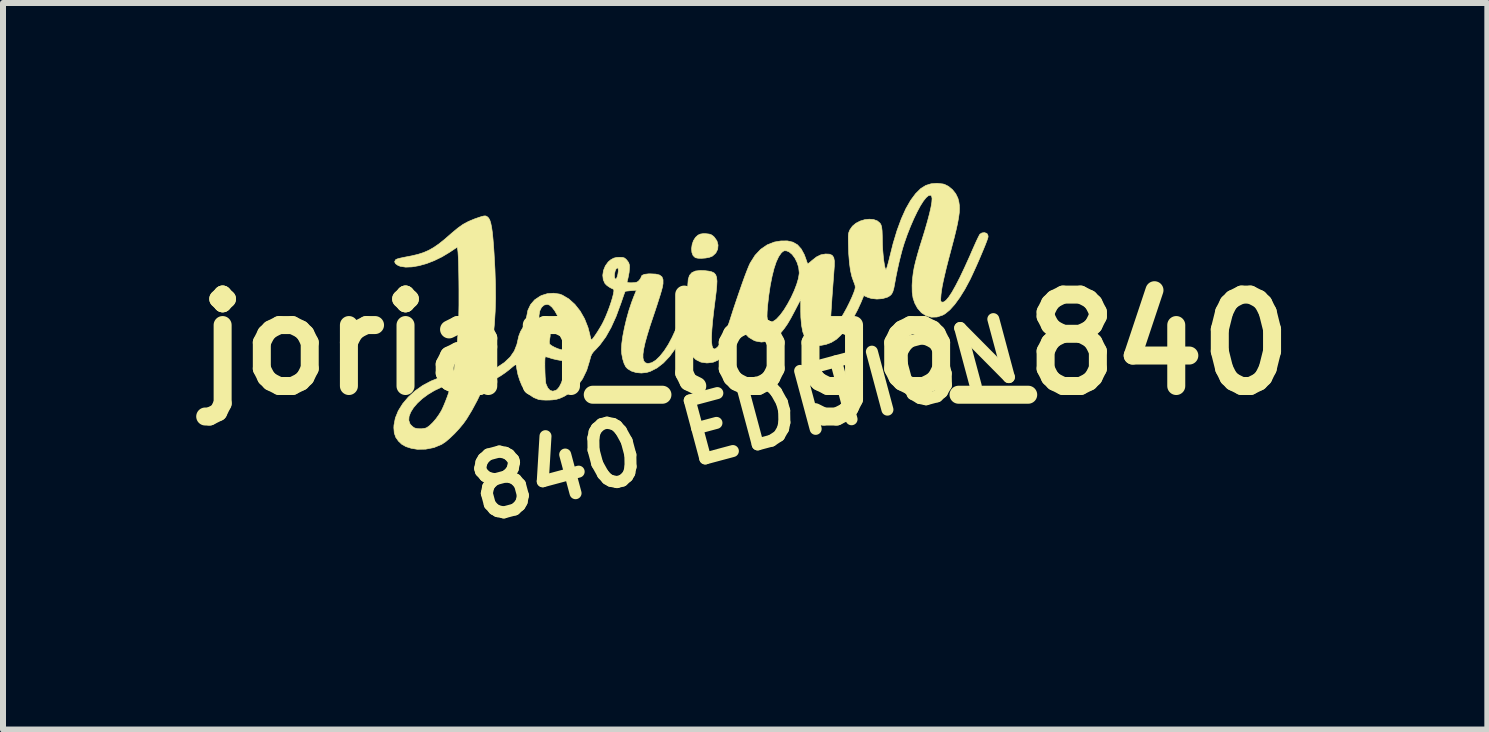
<source format=kicad_pcb>
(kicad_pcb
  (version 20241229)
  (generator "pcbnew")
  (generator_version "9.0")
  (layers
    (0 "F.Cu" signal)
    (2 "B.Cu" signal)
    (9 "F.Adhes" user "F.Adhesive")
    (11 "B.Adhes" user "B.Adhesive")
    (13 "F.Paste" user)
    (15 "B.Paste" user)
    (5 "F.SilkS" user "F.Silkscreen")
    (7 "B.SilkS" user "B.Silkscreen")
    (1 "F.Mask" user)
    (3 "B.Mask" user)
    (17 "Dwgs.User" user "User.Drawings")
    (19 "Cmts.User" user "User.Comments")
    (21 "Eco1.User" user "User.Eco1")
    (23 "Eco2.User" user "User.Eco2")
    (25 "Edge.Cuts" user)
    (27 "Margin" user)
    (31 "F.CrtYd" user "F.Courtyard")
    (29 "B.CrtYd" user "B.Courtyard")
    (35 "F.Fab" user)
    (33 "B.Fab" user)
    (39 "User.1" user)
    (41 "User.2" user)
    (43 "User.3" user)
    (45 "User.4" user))
  (footprint "jorian_logo_840"
    (layer "F.Cu")
    (at 9.369 2.694)
    (property "Reference" "jorian_logo_840" (at 0 0 0) (layer "F.SilkS") (effects (font (size 1.524 1.524) (thickness 0.3))))
    (attr through_hole)
    (fp_poly (pts (xy -0.653 -1.849) (xy -0.599 -1.843) (xy -0.562 -1.83) (xy -0.529 -1.806) (xy -0.513 -1.79) (xy -0.47 -1.728) (xy -0.452 -1.66) (xy -0.458 -1.591) (xy -0.489 -1.528) (xy -0.542 -1.479) (xy -0.55 -1.474) (xy -0.596 -1.456) (xy -0.657 -1.444) (xy -0.724 -1.439) (xy -0.784 -1.44) (xy -0.828 -1.449) (xy -0.832 -1.451) (xy -0.868 -1.485) (xy -0.888 -1.537) (xy -0.893 -1.6) (xy -0.884 -1.667) (xy -0.862 -1.733) (xy -0.827 -1.788) (xy -0.786 -1.825) (xy -0.747 -1.843) (xy -0.7 -1.85) (xy -0.653 -1.849)) (stroke (width 0.01) (type solid)) (fill yes) (layer "F.SilkS"))
    (fp_poly (pts (xy 3.297 -2.678) (xy 3.323 -2.671) (xy 3.389 -2.638) (xy 3.454 -2.584) (xy 3.508 -2.517) (xy 3.544 -2.444) (xy 3.547 -2.435) (xy 3.561 -2.381) (xy 3.569 -2.326) (xy 3.571 -2.266) (xy 3.568 -2.197) (xy 3.557 -2.117) (xy 3.54 -2.022) (xy 3.515 -1.909) (xy 3.482 -1.774) (xy 3.44 -1.615) (xy 3.432 -1.584) (xy 3.388 -1.418) (xy 3.352 -1.277) (xy 3.324 -1.158) (xy 3.301 -1.057) (xy 3.284 -0.973) (xy 3.272 -0.9) (xy 3.264 -0.836) (xy 3.263 -0.823) (xy 3.259 -0.767) (xy 3.259 -0.734) (xy 3.266 -0.716) (xy 3.278 -0.708) (xy 3.309 -0.711) (xy 3.348 -0.739) (xy 3.394 -0.794) (xy 3.448 -0.876) (xy 3.509 -0.985) (xy 3.579 -1.121) (xy 3.657 -1.285) (xy 3.744 -1.477) (xy 3.78 -1.561) (xy 3.817 -1.644) (xy 3.85 -1.718) (xy 3.879 -1.779) (xy 3.901 -1.822) (xy 3.912 -1.841) (xy 3.946 -1.862) (xy 3.988 -1.867) (xy 4.025 -1.855) (xy 4.031 -1.85) (xy 4.046 -1.821) (xy 4.049 -1.798) (xy 4.043 -1.774) (xy 4.027 -1.728) (xy 4.002 -1.663) (xy 3.97 -1.585) (xy 3.933 -1.497) (xy 3.894 -1.405) (xy 3.853 -1.312) (xy 3.813 -1.224) (xy 3.776 -1.144) (xy 3.747 -1.083) (xy 3.662 -0.924) (xy 3.576 -0.786) (xy 3.492 -0.67) (xy 3.41 -0.579) (xy 3.332 -0.515) (xy 3.291 -0.492) (xy 3.197 -0.461) (xy 3.103 -0.458) (xy 3.015 -0.483) (xy 2.937 -0.533) (xy 2.873 -0.607) (xy 2.872 -0.608) (xy 2.827 -0.691) (xy 2.798 -0.777) (xy 2.784 -0.873) (xy 2.782 -0.987) (xy 2.784 -1.023) (xy 2.791 -1.113) (xy 2.802 -1.201) (xy 2.818 -1.291) (xy 2.842 -1.391) (xy 2.873 -1.505) (xy 2.912 -1.639) (xy 2.936 -1.714) (xy 2.993 -1.898) (xy 3.038 -2.054) (xy 3.073 -2.186) (xy 3.097 -2.292) (xy 3.111 -2.375) (xy 3.115 -2.435) (xy 3.108 -2.474) (xy 3.091 -2.491) (xy 3.088 -2.492) (xy 3.055 -2.484) (xy 3.015 -2.45) (xy 2.969 -2.392) (xy 2.919 -2.313) (xy 2.866 -2.214) (xy 2.811 -2.1) (xy 2.755 -1.971) (xy 2.7 -1.831) (xy 2.648 -1.682) (xy 2.648 -1.681) (xy 2.622 -1.597) (xy 2.594 -1.492) (xy 2.565 -1.375) (xy 2.538 -1.253) (xy 2.514 -1.136) (xy 2.495 -1.032) (xy 2.495 -1.031) (xy 2.479 -0.946) (xy 2.462 -0.886) (xy 2.441 -0.844) (xy 2.412 -0.815) (xy 2.374 -0.793) (xy 2.37 -0.791) (xy 2.288 -0.767) (xy 2.195 -0.76) (xy 2.104 -0.77) (xy 2.044 -0.788) (xy 1.977 -0.818) (xy 1.93 -0.704) (xy 1.873 -0.58) (xy 1.808 -0.458) (xy 1.736 -0.342) (xy 1.661 -0.239) (xy 1.588 -0.152) (xy 1.52 -0.089) (xy 1.517 -0.087) (xy 1.436 -0.037) (xy 1.347 -0.004) (xy 1.258 0.013) (xy 1.176 0.012) (xy 1.106 -0.008) (xy 1.095 -0.014) (xy 1.038 -0.061) (xy 0.994 -0.127) (xy 0.961 -0.212) (xy 0.94 -0.321) (xy 0.928 -0.455) (xy 0.926 -0.553) (xy 0.926 -0.755) (xy 0.824 -0.559) (xy 0.761 -0.441) (xy 0.706 -0.347) (xy 0.654 -0.272) (xy 0.604 -0.21) (xy 0.551 -0.157) (xy 0.551 -0.157) (xy 0.461 -0.092) (xy 0.366 -0.054) (xy 0.27 -0.043) (xy 0.176 -0.06) (xy 0.147 -0.071) (xy 0.061 -0.122) (xy -0.004 -0.189) (xy -0.051 -0.277) (xy -0.074 -0.344) (xy -0.098 -0.433) (xy -0.17 -0.235) (xy -0.217 -0.11) (xy -0.259 -0.01) (xy -0.296 0.069) (xy -0.331 0.13) (xy -0.367 0.179) (xy -0.392 0.208) (xy -0.458 0.261) (xy -0.531 0.292) (xy -0.619 0.304) (xy -0.642 0.305) (xy -0.737 0.291) (xy -0.82 0.25) (xy -0.89 0.183) (xy -0.947 0.09) (xy -0.991 -0.028) (xy -1.006 -0.092) (xy -1.026 -0.187) (xy -1.075 -0.09) (xy -1.163 0.064) (xy -1.259 0.196) (xy -1.362 0.305) (xy -1.469 0.388) (xy -1.579 0.444) (xy -1.64 0.463) (xy -1.729 0.473) (xy -1.817 0.465) (xy -1.896 0.44) (xy -1.96 0.401) (xy -1.99 0.369) (xy -2.018 0.313) (xy -2.041 0.239) (xy -2.057 0.155) (xy -2.062 0.081) (xy -2.056 -0.021) (xy -2.039 -0.144) (xy -2.012 -0.281) (xy -1.978 -0.424) (xy -1.938 -0.568) (xy -1.892 -0.706) (xy -1.856 -0.801) (xy -1.812 -0.908) (xy -1.904 -0.9) (xy -1.952 -0.895) (xy -1.988 -0.891) (xy -2.001 -0.887) (xy -2.007 -0.872) (xy -2.021 -0.834) (xy -2.041 -0.777) (xy -2.064 -0.709) (xy -2.073 -0.684) (xy -2.151 -0.471) (xy -2.235 -0.286) (xy -2.324 -0.128) (xy -2.42 0.003) (xy -2.484 0.073) (xy -2.527 0.117) (xy -2.554 0.154) (xy -2.573 0.195) (xy -2.588 0.252) (xy -2.592 0.267) (xy -2.641 0.427) (xy -2.71 0.569) (xy -2.797 0.691) (xy -2.901 0.79) (xy -3.021 0.864) (xy -3.026 0.866) (xy -3.089 0.894) (xy -3.146 0.911) (xy -3.21 0.92) (xy -3.257 0.923) (xy -3.325 0.924) (xy -3.389 0.921) (xy -3.438 0.915) (xy -3.445 0.913) (xy -3.524 0.881) (xy -3.601 0.83) (xy -3.665 0.77) (xy -3.683 0.747) (xy -3.722 0.678) (xy -3.758 0.59) (xy -3.787 0.498) (xy -3.804 0.412) (xy -3.805 0.41) (xy -3.811 0.366) (xy -3.819 0.336) (xy -3.823 0.329) (xy -3.838 0.339) (xy -3.869 0.363) (xy -3.912 0.399) (xy -3.937 0.42) (xy -4.001 0.469) (xy -4.076 0.52) (xy -4.155 0.566) (xy -4.229 0.604) (xy -4.29 0.628) (xy -4.299 0.631) (xy -4.322 0.647) (xy -4.349 0.685) (xy -4.38 0.748) (xy -4.38 0.749) (xy -4.463 0.924) (xy -4.555 1.095) (xy -4.643 1.24) (xy -4.698 1.317) (xy -4.766 1.399) (xy -4.841 1.48) (xy -4.917 1.553) (xy -4.989 1.615) (xy -5.051 1.657) (xy -5.059 1.662) (xy -5.187 1.715) (xy -5.325 1.742) (xy -5.464 1.744) (xy -5.566 1.727) (xy -5.654 1.699) (xy -5.723 1.66) (xy -5.778 1.608) (xy -5.823 1.544) (xy -5.848 1.472) (xy -5.855 1.386) (xy -5.853 1.342) (xy -5.838 1.263) (xy -5.606 1.263) (xy -5.586 1.32) (xy -5.571 1.339) (xy -5.538 1.37) (xy -5.507 1.39) (xy -5.506 1.39) (xy -5.455 1.401) (xy -5.392 1.402) (xy -5.333 1.393) (xy -5.306 1.383) (xy -5.26 1.35) (xy -5.207 1.299) (xy -5.152 1.235) (xy -5.102 1.165) (xy -5.061 1.098) (xy -5.058 1.092) (xy -5.028 1.027) (xy -4.995 0.947) (xy -4.962 0.861) (xy -4.934 0.779) (xy -4.913 0.712) (xy -4.91 0.699) (xy -4.906 0.675) (xy -4.911 0.662) (xy -4.929 0.661) (xy -4.964 0.67) (xy -5.02 0.692) (xy -5.061 0.709) (xy -5.178 0.764) (xy -5.286 0.829) (xy -5.382 0.9) (xy -5.463 0.975) (xy -5.528 1.051) (xy -5.575 1.126) (xy -5.602 1.198) (xy -5.606 1.263) (xy -5.838 1.263) (xy -5.83 1.222) (xy -5.781 1.102) (xy -5.708 0.985) (xy -5.614 0.874) (xy -5.502 0.771) (xy -5.375 0.681) (xy -5.236 0.607) (xy -5.132 0.565) (xy -5.066 0.544) (xy -5.001 0.526) (xy -4.949 0.515) (xy -4.943 0.514) (xy -4.898 0.504) (xy -4.869 0.489) (xy -4.864 0.483) (xy -4.857 0.453) (xy -4.848 0.397) (xy -4.837 0.322) (xy -4.826 0.232) (xy -4.815 0.131) (xy -4.804 0.025) (xy -4.794 -0.082) (xy -4.785 -0.185) (xy -4.78 -0.258) (xy -4.777 -0.333) (xy -4.774 -0.427) (xy -4.772 -0.538) (xy -4.77 -0.659) (xy -4.77 -0.788) (xy -4.77 -0.92) (xy -4.771 -1.051) (xy -4.773 -1.176) (xy -4.775 -1.293) (xy -4.778 -1.395) (xy -4.782 -1.48) (xy -4.786 -1.543) (xy -4.79 -1.578) (xy -4.799 -1.625) (xy -4.928 -1.539) (xy -5.053 -1.464) (xy -5.182 -1.401) (xy -5.311 -1.351) (xy -5.437 -1.316) (xy -5.554 -1.296) (xy -5.659 -1.292) (xy -5.748 -1.306) (xy -5.786 -1.321) (xy -5.827 -1.35) (xy -5.842 -1.381) (xy -5.828 -1.412) (xy -5.821 -1.418) (xy -5.797 -1.429) (xy -5.753 -1.441) (xy -5.696 -1.453) (xy -5.683 -1.456) (xy -5.558 -1.48) (xy -5.452 -1.505) (xy -5.359 -1.535) (xy -5.274 -1.572) (xy -5.191 -1.619) (xy -5.104 -1.679) (xy -5.009 -1.755) (xy -4.9 -1.85) (xy -4.885 -1.863) (xy -4.79 -1.942) (xy -4.703 -2.004) (xy -4.614 -2.052) (xy -4.514 -2.094) (xy -4.457 -2.114) (xy -4.397 -2.134) (xy -4.357 -2.144) (xy -4.332 -2.146) (xy -4.312 -2.14) (xy -4.297 -2.131) (xy -4.275 -2.11) (xy -4.256 -2.076) (xy -4.24 -2.025) (xy -4.226 -1.957) (xy -4.213 -1.867) (xy -4.202 -1.754) (xy -4.191 -1.615) (xy -4.185 -1.524) (xy -4.17 -1.254) (xy -4.162 -1.007) (xy -4.16 -0.777) (xy -4.166 -0.559) (xy -4.179 -0.347) (xy -4.2 -0.135) (xy -4.228 0.083) (xy -4.245 0.194) (xy -4.257 0.268) (xy -4.268 0.334) (xy -4.277 0.385) (xy -4.283 0.414) (xy -4.283 0.414) (xy -4.285 0.437) (xy -4.274 0.446) (xy -4.248 0.44) (xy -4.203 0.419) (xy -4.137 0.381) (xy -4.053 0.325) (xy -3.339 0.325) (xy -3.338 0.394) (xy -3.336 0.467) (xy -3.333 0.537) (xy -3.328 0.597) (xy -3.323 0.641) (xy -3.32 0.654) (xy -3.29 0.721) (xy -3.252 0.762) (xy -3.206 0.776) (xy -3.156 0.762) (xy -3.134 0.748) (xy -3.098 0.705) (xy -3.063 0.637) (xy -3.033 0.55) (xy -3.01 0.453) (xy -2.996 0.378) (xy -2.989 0.327) (xy -2.991 0.296) (xy -3.004 0.278) (xy -3.029 0.269) (xy -3.069 0.263) (xy -3.074 0.263) (xy -3.141 0.251) (xy -3.213 0.234) (xy -3.242 0.225) (xy -3.287 0.21) (xy -3.32 0.203) (xy -3.331 0.203) (xy -3.336 0.223) (xy -3.338 0.265) (xy -3.339 0.325) (xy -4.053 0.325) (xy -4.012 0.297) (xy -3.916 0.206) (xy -3.847 0.105) (xy -3.804 -0.005) (xy -3.795 -0.045) (xy -3.773 -0.142) (xy -3.743 -0.22) (xy -3.703 -0.286) (xy -3.696 -0.296) (xy -3.671 -0.337) (xy -3.655 -0.389) (xy -3.645 -0.456) (xy -3.641 -0.472) (xy -3.436 -0.472) (xy -3.435 -0.431) (xy -3.424 -0.41) (xy -3.396 -0.396) (xy -3.378 -0.39) (xy -3.313 -0.357) (xy -3.269 -0.304) (xy -3.248 -0.233) (xy -3.25 -0.143) (xy -3.255 -0.109) (xy -3.264 -0.053) (xy -3.262 -0.018) (xy -3.256 -0.006) (xy -3.225 0.018) (xy -3.177 0.044) (xy -3.121 0.068) (xy -3.068 0.084) (xy -3.036 0.089) (xy -3.002 0.087) (xy -2.991 0.076) (xy -2.994 0.049) (xy -3 0.011) (xy -3.007 -0.043) (xy -3.012 -0.082) (xy -3.029 -0.19) (xy -3.056 -0.296) (xy -3.09 -0.396) (xy -3.13 -0.487) (xy -3.173 -0.564) (xy -3.218 -0.623) (xy -3.263 -0.661) (xy -3.301 -0.672) (xy -3.353 -0.659) (xy -3.395 -0.62) (xy -3.423 -0.562) (xy -3.436 -0.487) (xy -3.436 -0.472) (xy -3.641 -0.472) (xy -3.621 -0.573) (xy -3.576 -0.668) (xy -3.509 -0.746) (xy -3.418 -0.807) (xy -3.392 -0.82) (xy -3.296 -0.85) (xy -3.193 -0.857) (xy -3.094 -0.843) (xy -3.048 -0.826) (xy -2.939 -0.762) (xy -2.839 -0.672) (xy -2.751 -0.561) (xy -2.677 -0.432) (xy -2.62 -0.288) (xy -2.592 -0.182) (xy -2.581 -0.132) (xy -2.571 -0.095) (xy -2.565 -0.08) (xy -2.553 -0.086) (xy -2.529 -0.114) (xy -2.498 -0.158) (xy -2.462 -0.212) (xy -2.425 -0.272) (xy -2.389 -0.333) (xy -2.364 -0.381) (xy -2.329 -0.456) (xy -2.295 -0.539) (xy -2.263 -0.623) (xy -2.235 -0.706) (xy -2.212 -0.781) (xy -2.196 -0.845) (xy -2.188 -0.893) (xy -2.19 -0.919) (xy -2.194 -0.923) (xy -2.25 -0.95) (xy -2.303 -0.986) (xy -2.336 -1.019) (xy -2.365 -1.083) (xy -2.371 -1.137) (xy -2.18 -1.137) (xy -2.176 -1.114) (xy -2.162 -1.092) (xy -2.146 -1.099) (xy -2.131 -1.135) (xy -2.121 -1.174) (xy -2.113 -1.23) (xy -2.116 -1.266) (xy -2.127 -1.28) (xy -2.147 -1.268) (xy -2.15 -1.264) (xy -2.166 -1.231) (xy -2.177 -1.183) (xy -2.18 -1.137) (xy -2.371 -1.137) (xy -2.373 -1.158) (xy -2.361 -1.237) (xy -2.33 -1.313) (xy -2.283 -1.378) (xy -2.241 -1.414) (xy -2.19 -1.442) (xy -2.139 -1.454) (xy -2.096 -1.456) (xy -2.045 -1.454) (xy -2.013 -1.445) (xy -1.986 -1.424) (xy -1.971 -1.407) (xy -1.942 -1.368) (xy -1.929 -1.326) (xy -1.928 -1.288) (xy -1.934 -1.205) (xy -1.952 -1.112) (xy -1.966 -1.057) (xy -1.967 -1.042) (xy -1.954 -1.034) (xy -1.92 -1.031) (xy -1.89 -1.031) (xy -1.837 -1.034) (xy -1.801 -1.043) (xy -1.773 -1.064) (xy -1.77 -1.068) (xy -1.745 -1.099) (xy -1.733 -1.125) (xy -1.733 -1.127) (xy -1.72 -1.154) (xy -1.678 -1.172) (xy -1.609 -1.18) (xy -1.58 -1.18) (xy -1.49 -1.176) (xy -1.426 -1.16) (xy -1.387 -1.13) (xy -1.369 -1.083) (xy -1.369 -1.016) (xy -1.381 -0.951) (xy -1.393 -0.906) (xy -1.413 -0.837) (xy -1.44 -0.752) (xy -1.471 -0.655) (xy -1.505 -0.552) (xy -1.525 -0.493) (xy -1.585 -0.314) (xy -1.632 -0.161) (xy -1.668 -0.032) (xy -1.691 0.074) (xy -1.703 0.158) (xy -1.703 0.223) (xy -1.691 0.269) (xy -1.669 0.299) (xy -1.635 0.312) (xy -1.615 0.314) (xy -1.555 0.3) (xy -1.489 0.259) (xy -1.421 0.193) (xy -1.351 0.106) (xy -1.282 -0.000359) (xy -1.216 -0.124) (xy -1.153 -0.262) (xy -1.099 -0.404) (xy -1.055 -0.538) (xy -1.018 -0.666) (xy -0.988 -0.784) (xy -0.968 -0.886) (xy -0.957 -0.969) (xy -0.956 -0.996) (xy -0.949 -1.087) (xy -0.928 -1.154) (xy -0.888 -1.2) (xy -0.829 -1.227) (xy -0.748 -1.236) (xy -0.671 -1.233) (xy -0.606 -1.225) (xy -0.555 -1.213) (xy -0.517 -1.194) (xy -0.491 -1.164) (xy -0.476 -1.12) (xy -0.47 -1.059) (xy -0.474 -0.978) (xy -0.484 -0.874) (xy -0.499 -0.755) (xy -0.524 -0.557) (xy -0.543 -0.388) (xy -0.555 -0.247) (xy -0.561 -0.133) (xy -0.56 -0.044) (xy -0.552 0.019) (xy -0.538 0.057) (xy -0.517 0.073) (xy -0.489 0.065) (xy -0.455 0.035) (xy -0.454 0.034) (xy -0.414 -0.021) (xy -0.371 -0.103) (xy -0.325 -0.21) (xy -0.277 -0.34) (xy -0.246 -0.434) (xy -0.234 -0.472) (xy 0.364 -0.472) (xy 0.37 -0.422) (xy 0.383 -0.392) (xy 0.404 -0.377) (xy 0.425 -0.374) (xy 0.461 -0.384) (xy 0.507 -0.414) (xy 0.525 -0.429) (xy 0.585 -0.494) (xy 0.648 -0.58) (xy 0.709 -0.68) (xy 0.767 -0.788) (xy 0.818 -0.899) (xy 0.859 -1.006) (xy 0.888 -1.104) (xy 0.901 -1.186) (xy 0.901 -1.203) (xy 0.892 -1.285) (xy 0.867 -1.366) (xy 0.83 -1.441) (xy 0.784 -1.503) (xy 0.733 -1.546) (xy 0.691 -1.563) (xy 0.656 -1.566) (xy 0.628 -1.553) (xy 0.599 -1.525) (xy 0.558 -1.466) (xy 0.518 -1.38) (xy 0.481 -1.269) (xy 0.448 -1.137) (xy 0.418 -0.986) (xy 0.393 -0.818) (xy 0.373 -0.642) (xy 0.366 -0.544) (xy 0.364 -0.472) (xy -0.234 -0.472) (xy -0.196 -0.591) (xy -0.145 -0.743) (xy -0.096 -0.886) (xy -0.05 -1.018) (xy -0.008 -1.135) (xy 0.03 -1.234) (xy 0.061 -1.311) (xy 0.085 -1.363) (xy 0.086 -1.364) (xy 0.165 -1.489) (xy 0.259 -1.589) (xy 0.367 -1.663) (xy 0.487 -1.71) (xy 0.594 -1.728) (xy 0.704 -1.729) (xy 0.796 -1.708) (xy 0.872 -1.664) (xy 0.934 -1.595) (xy 0.985 -1.501) (xy 1.01 -1.434) (xy 1.025 -1.389) (xy 1.037 -1.357) (xy 1.041 -1.346) (xy 1.053 -1.352) (xy 1.081 -1.374) (xy 1.114 -1.403) (xy 1.189 -1.462) (xy 1.261 -1.497) (xy 1.339 -1.511) (xy 1.404 -1.508) (xy 1.448 -1.49) (xy 1.476 -1.452) (xy 1.487 -1.393) (xy 1.486 -1.311) (xy 1.471 -1.108) (xy 1.458 -0.934) (xy 1.447 -0.785) (xy 1.439 -0.66) (xy 1.432 -0.557) (xy 1.427 -0.473) (xy 1.424 -0.407) (xy 1.423 -0.356) (xy 1.423 -0.319) (xy 1.425 -0.293) (xy 1.429 -0.276) (xy 1.434 -0.266) (xy 1.441 -0.262) (xy 1.449 -0.261) (xy 1.472 -0.274) (xy 1.506 -0.311) (xy 1.547 -0.366) (xy 1.593 -0.437) (xy 1.642 -0.519) (xy 1.692 -0.609) (xy 1.739 -0.703) (xy 1.78 -0.792) (xy 1.809 -0.863) (xy 1.827 -0.913) (xy 1.835 -0.952) (xy 1.832 -0.985) (xy 1.82 -1.021) (xy 1.809 -1.048) (xy 1.779 -1.133) (xy 1.755 -1.237) (xy 1.738 -1.362) (xy 1.726 -1.512) (xy 1.723 -1.593) (xy 1.72 -1.688) (xy 1.719 -1.757) (xy 1.719 -1.808) (xy 1.722 -1.844) (xy 1.728 -1.872) (xy 1.738 -1.897) (xy 1.746 -1.915) (xy 1.788 -1.975) (xy 1.847 -2.024) (xy 1.917 -2.06) (xy 1.993 -2.083) (xy 2.069 -2.091) (xy 2.141 -2.085) (xy 2.202 -2.063) (xy 2.248 -2.024) (xy 2.264 -1.996) (xy 2.275 -1.957) (xy 2.282 -1.898) (xy 2.285 -1.815) (xy 2.286 -1.745) (xy 2.288 -1.66) (xy 2.293 -1.57) (xy 2.301 -1.481) (xy 2.31 -1.399) (xy 2.321 -1.33) (xy 2.332 -1.279) (xy 2.344 -1.251) (xy 2.345 -1.25) (xy 2.352 -1.259) (xy 2.365 -1.293) (xy 2.38 -1.346) (xy 2.398 -1.414) (xy 2.405 -1.444) (xy 2.466 -1.687) (xy 2.532 -1.905) (xy 2.603 -2.098) (xy 2.678 -2.265) (xy 2.758 -2.405) (xy 2.841 -2.517) (xy 2.927 -2.602) (xy 3.011 -2.654) (xy 3.098 -2.681) (xy 3.198 -2.689) (xy 3.297 -2.678)) (stroke (width 0.01) (type solid)) (fill yes) (layer "F.SilkS"))
    (fp_text user "840 EDITION" (at 0 1.25 15) (unlocked yes) (layer "F.SilkS") (effects (font (size 1 1) (thickness 0.2)))))
  (gr_rect
    (start -3 -3)
    (end 21.738 9.108)
    (stroke (width 0.1) (type default))
    (fill no)
    (layer "Edge.Cuts")))
</source>
